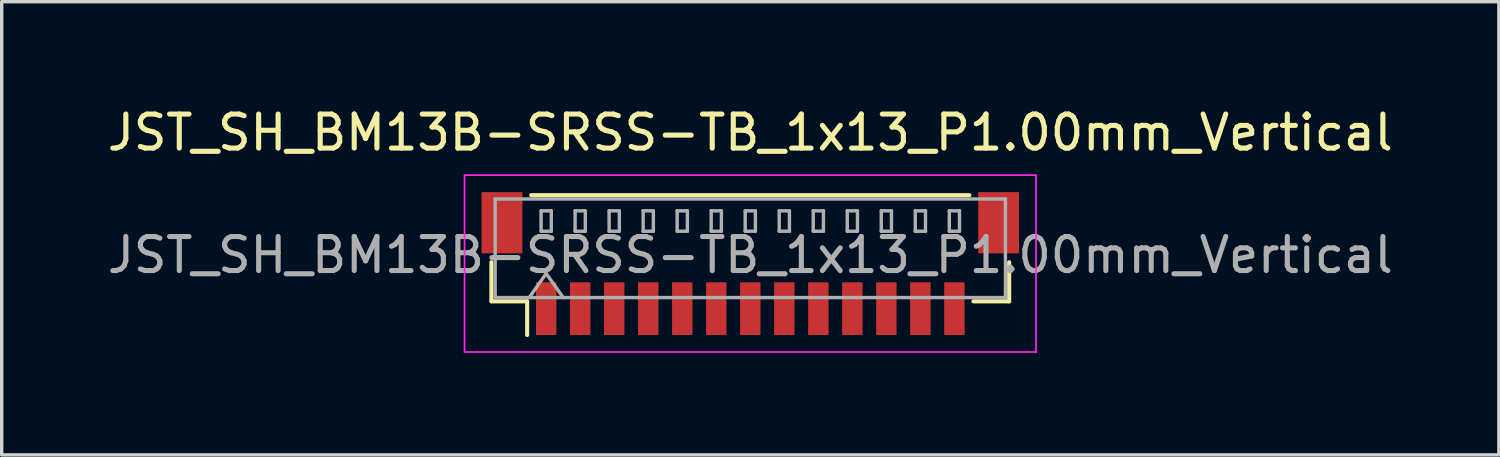
<source format=kicad_pcb>
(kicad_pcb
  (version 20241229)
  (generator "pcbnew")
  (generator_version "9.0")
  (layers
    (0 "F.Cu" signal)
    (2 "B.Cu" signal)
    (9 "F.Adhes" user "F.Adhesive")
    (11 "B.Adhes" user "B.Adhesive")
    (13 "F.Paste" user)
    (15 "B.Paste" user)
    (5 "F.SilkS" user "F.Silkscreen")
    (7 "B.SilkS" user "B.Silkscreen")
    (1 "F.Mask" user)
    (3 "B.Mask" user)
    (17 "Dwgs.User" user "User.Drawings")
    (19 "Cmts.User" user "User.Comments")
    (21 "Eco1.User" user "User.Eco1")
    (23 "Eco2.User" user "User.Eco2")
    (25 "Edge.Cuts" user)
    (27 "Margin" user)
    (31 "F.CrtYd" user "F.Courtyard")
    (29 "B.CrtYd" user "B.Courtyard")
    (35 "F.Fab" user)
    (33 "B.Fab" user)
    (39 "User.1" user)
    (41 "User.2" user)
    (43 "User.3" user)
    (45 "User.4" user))
  (footprint "JST_SH_BM13B-SRSS-TB_1x13_P1.00mm_Vertical"
    (layer "F.Cu")
    (at 19.006 4.698)
    (property "Reference" "JST_SH_BM13B-SRSS-TB_1x13_P1.00mm_Vertical" (at 0 -3.85 0) (layer "F.SilkS") (effects (font (size 1 1) (thickness 0.15))))
    (attr smd)
    (fp_line (start -7.61 -0.04) (end -7.61 1.11) (stroke (width 0.12) (type solid)) (layer "F.SilkS"))
    (fp_line (start -7.61 1.11) (end -6.56 1.11) (stroke (width 0.12) (type solid)) (layer "F.SilkS"))
    (fp_line (start -6.56 1.11) (end -6.56 2.1) (stroke (width 0.12) (type solid)) (layer "F.SilkS"))
    (fp_line (start -6.44 -2.01) (end 6.44 -2.01) (stroke (width 0.12) (type solid)) (layer "F.SilkS"))
    (fp_line (start 7.61 -0.04) (end 7.61 1.11) (stroke (width 0.12) (type solid)) (layer "F.SilkS"))
    (fp_line (start 7.61 1.11) (end 6.56 1.11) (stroke (width 0.12) (type solid)) (layer "F.SilkS"))
    (fp_line (start -8.4 -2.6) (end -8.4 2.6) (stroke (width 0.05) (type solid)) (layer "F.CrtYd"))
    (fp_line (start -8.4 2.6) (end 8.4 2.6) (stroke (width 0.05) (type solid)) (layer "F.CrtYd"))
    (fp_line (start 8.4 -2.6) (end -8.4 -2.6) (stroke (width 0.05) (type solid)) (layer "F.CrtYd"))
    (fp_line (start 8.4 2.6) (end 8.4 -2.6) (stroke (width 0.05) (type solid)) (layer "F.CrtYd"))
    (fp_line (start -7.5 -1.9) (end 7.5 -1.9) (stroke (width 0.1) (type solid)) (layer "F.Fab"))
    (fp_line (start -7.5 1) (end -7.5 -1.9) (stroke (width 0.1) (type solid)) (layer "F.Fab"))
    (fp_line (start -7.5 1) (end 7.5 1) (stroke (width 0.1) (type solid)) (layer "F.Fab"))
    (fp_line (start -6.5 1) (end -6 0.293) (stroke (width 0.1) (type solid)) (layer "F.Fab"))
    (fp_line (start -6.15 -1.55) (end -6.15 -0.95) (stroke (width 0.1) (type solid)) (layer "F.Fab"))
    (fp_line (start -6.15 -0.95) (end -5.85 -0.95) (stroke (width 0.1) (type solid)) (layer "F.Fab"))
    (fp_line (start -6 0.293) (end -5.5 1) (stroke (width 0.1) (type solid)) (layer "F.Fab"))
    (fp_line (start -5.85 -1.55) (end -6.15 -1.55) (stroke (width 0.1) (type solid)) (layer "F.Fab"))
    (fp_line (start -5.85 -0.95) (end -5.85 -1.55) (stroke (width 0.1) (type solid)) (layer "F.Fab"))
    (fp_line (start -5.15 -1.55) (end -5.15 -0.95) (stroke (width 0.1) (type solid)) (layer "F.Fab"))
    (fp_line (start -5.15 -0.95) (end -4.85 -0.95) (stroke (width 0.1) (type solid)) (layer "F.Fab"))
    (fp_line (start -4.85 -1.55) (end -5.15 -1.55) (stroke (width 0.1) (type solid)) (layer "F.Fab"))
    (fp_line (start -4.85 -0.95) (end -4.85 -1.55) (stroke (width 0.1) (type solid)) (layer "F.Fab"))
    (fp_line (start -4.15 -1.55) (end -4.15 -0.95) (stroke (width 0.1) (type solid)) (layer "F.Fab"))
    (fp_line (start -4.15 -0.95) (end -3.85 -0.95) (stroke (width 0.1) (type solid)) (layer "F.Fab"))
    (fp_line (start -3.85 -1.55) (end -4.15 -1.55) (stroke (width 0.1) (type solid)) (layer "F.Fab"))
    (fp_line (start -3.85 -0.95) (end -3.85 -1.55) (stroke (width 0.1) (type solid)) (layer "F.Fab"))
    (fp_line (start -3.15 -1.55) (end -3.15 -0.95) (stroke (width 0.1) (type solid)) (layer "F.Fab"))
    (fp_line (start -3.15 -0.95) (end -2.85 -0.95) (stroke (width 0.1) (type solid)) (layer "F.Fab"))
    (fp_line (start -2.85 -1.55) (end -3.15 -1.55) (stroke (width 0.1) (type solid)) (layer "F.Fab"))
    (fp_line (start -2.85 -0.95) (end -2.85 -1.55) (stroke (width 0.1) (type solid)) (layer "F.Fab"))
    (fp_line (start -2.15 -1.55) (end -2.15 -0.95) (stroke (width 0.1) (type solid)) (layer "F.Fab"))
    (fp_line (start -2.15 -0.95) (end -1.85 -0.95) (stroke (width 0.1) (type solid)) (layer "F.Fab"))
    (fp_line (start -1.85 -1.55) (end -2.15 -1.55) (stroke (width 0.1) (type solid)) (layer "F.Fab"))
    (fp_line (start -1.85 -0.95) (end -1.85 -1.55) (stroke (width 0.1) (type solid)) (layer "F.Fab"))
    (fp_line (start -1.15 -1.55) (end -1.15 -0.95) (stroke (width 0.1) (type solid)) (layer "F.Fab"))
    (fp_line (start -1.15 -0.95) (end -0.85 -0.95) (stroke (width 0.1) (type solid)) (layer "F.Fab"))
    (fp_line (start -0.85 -1.55) (end -1.15 -1.55) (stroke (width 0.1) (type solid)) (layer "F.Fab"))
    (fp_line (start -0.85 -0.95) (end -0.85 -1.55) (stroke (width 0.1) (type solid)) (layer "F.Fab"))
    (fp_line (start -0.15 -1.55) (end -0.15 -0.95) (stroke (width 0.1) (type solid)) (layer "F.Fab"))
    (fp_line (start -0.15 -0.95) (end 0.15 -0.95) (stroke (width 0.1) (type solid)) (layer "F.Fab"))
    (fp_line (start 0.15 -1.55) (end -0.15 -1.55) (stroke (width 0.1) (type solid)) (layer "F.Fab"))
    (fp_line (start 0.15 -0.95) (end 0.15 -1.55) (stroke (width 0.1) (type solid)) (layer "F.Fab"))
    (fp_line (start 0.85 -1.55) (end 0.85 -0.95) (stroke (width 0.1) (type solid)) (layer "F.Fab"))
    (fp_line (start 0.85 -0.95) (end 1.15 -0.95) (stroke (width 0.1) (type solid)) (layer "F.Fab"))
    (fp_line (start 1.15 -1.55) (end 0.85 -1.55) (stroke (width 0.1) (type solid)) (layer "F.Fab"))
    (fp_line (start 1.15 -0.95) (end 1.15 -1.55) (stroke (width 0.1) (type solid)) (layer "F.Fab"))
    (fp_line (start 1.85 -1.55) (end 1.85 -0.95) (stroke (width 0.1) (type solid)) (layer "F.Fab"))
    (fp_line (start 1.85 -0.95) (end 2.15 -0.95) (stroke (width 0.1) (type solid)) (layer "F.Fab"))
    (fp_line (start 2.15 -1.55) (end 1.85 -1.55) (stroke (width 0.1) (type solid)) (layer "F.Fab"))
    (fp_line (start 2.15 -0.95) (end 2.15 -1.55) (stroke (width 0.1) (type solid)) (layer "F.Fab"))
    (fp_line (start 2.85 -1.55) (end 2.85 -0.95) (stroke (width 0.1) (type solid)) (layer "F.Fab"))
    (fp_line (start 2.85 -0.95) (end 3.15 -0.95) (stroke (width 0.1) (type solid)) (layer "F.Fab"))
    (fp_line (start 3.15 -1.55) (end 2.85 -1.55) (stroke (width 0.1) (type solid)) (layer "F.Fab"))
    (fp_line (start 3.15 -0.95) (end 3.15 -1.55) (stroke (width 0.1) (type solid)) (layer "F.Fab"))
    (fp_line (start 3.85 -1.55) (end 3.85 -0.95) (stroke (width 0.1) (type solid)) (layer "F.Fab"))
    (fp_line (start 3.85 -0.95) (end 4.15 -0.95) (stroke (width 0.1) (type solid)) (layer "F.Fab"))
    (fp_line (start 4.15 -1.55) (end 3.85 -1.55) (stroke (width 0.1) (type solid)) (layer "F.Fab"))
    (fp_line (start 4.15 -0.95) (end 4.15 -1.55) (stroke (width 0.1) (type solid)) (layer "F.Fab"))
    (fp_line (start 4.85 -1.55) (end 4.85 -0.95) (stroke (width 0.1) (type solid)) (layer "F.Fab"))
    (fp_line (start 4.85 -0.95) (end 5.15 -0.95) (stroke (width 0.1) (type solid)) (layer "F.Fab"))
    (fp_line (start 5.15 -1.55) (end 4.85 -1.55) (stroke (width 0.1) (type solid)) (layer "F.Fab"))
    (fp_line (start 5.15 -0.95) (end 5.15 -1.55) (stroke (width 0.1) (type solid)) (layer "F.Fab"))
    (fp_line (start 5.85 -1.55) (end 5.85 -0.95) (stroke (width 0.1) (type solid)) (layer "F.Fab"))
    (fp_line (start 5.85 -0.95) (end 6.15 -0.95) (stroke (width 0.1) (type solid)) (layer "F.Fab"))
    (fp_line (start 6.15 -1.55) (end 5.85 -1.55) (stroke (width 0.1) (type solid)) (layer "F.Fab"))
    (fp_line (start 6.15 -0.95) (end 6.15 -1.55) (stroke (width 0.1) (type solid)) (layer "F.Fab"))
    (fp_line (start 7.5 1) (end 7.5 -1.9) (stroke (width 0.1) (type solid)) (layer "F.Fab"))
    (fp_text user "${REFERENCE}" (at 0 -0.25 0) (layer "F.Fab") (effects (font (size 1 1) (thickness 0.15))))
    (pad "" smd rect (at -7.3 -1.2) (size 1.2 1.8) (layers "F.Cu" "F.Mask" "F.Paste"))
    (pad "" smd rect (at 7.3 -1.2) (size 1.2 1.8) (layers "F.Cu" "F.Mask" "F.Paste"))
    (pad "1" smd rect (at -6 1.325) (size 0.6 1.55) (layers "F.Cu" "F.Mask" "F.Paste"))
    (pad "2" smd rect (at -5 1.325) (size 0.6 1.55) (layers "F.Cu" "F.Mask" "F.Paste"))
    (pad "3" smd rect (at -4 1.325) (size 0.6 1.55) (layers "F.Cu" "F.Mask" "F.Paste"))
    (pad "4" smd rect (at -3 1.325) (size 0.6 1.55) (layers "F.Cu" "F.Mask" "F.Paste"))
    (pad "5" smd rect (at -2 1.325) (size 0.6 1.55) (layers "F.Cu" "F.Mask" "F.Paste"))
    (pad "6" smd rect (at -1 1.325) (size 0.6 1.55) (layers "F.Cu" "F.Mask" "F.Paste"))
    (pad "7" smd rect (at 0 1.325) (size 0.6 1.55) (layers "F.Cu" "F.Mask" "F.Paste"))
    (pad "8" smd rect (at 1 1.325) (size 0.6 1.55) (layers "F.Cu" "F.Mask" "F.Paste"))
    (pad "9" smd rect (at 2 1.325) (size 0.6 1.55) (layers "F.Cu" "F.Mask" "F.Paste"))
    (pad "10" smd rect (at 3 1.325) (size 0.6 1.55) (layers "F.Cu" "F.Mask" "F.Paste"))
    (pad "11" smd rect (at 4 1.325) (size 0.6 1.55) (layers "F.Cu" "F.Mask" "F.Paste"))
    (pad "12" smd rect (at 5 1.325) (size 0.6 1.55) (layers "F.Cu" "F.Mask" "F.Paste"))
    (pad "13" smd rect (at 6 1.325) (size 0.6 1.55) (layers "F.Cu" "F.Mask" "F.Paste")))
  (gr_rect
    (start -3 -3)
    (end 41.012 10.323)
    (stroke (width 0.1) (type default))
    (fill no)
    (layer "Edge.Cuts")))
</source>
